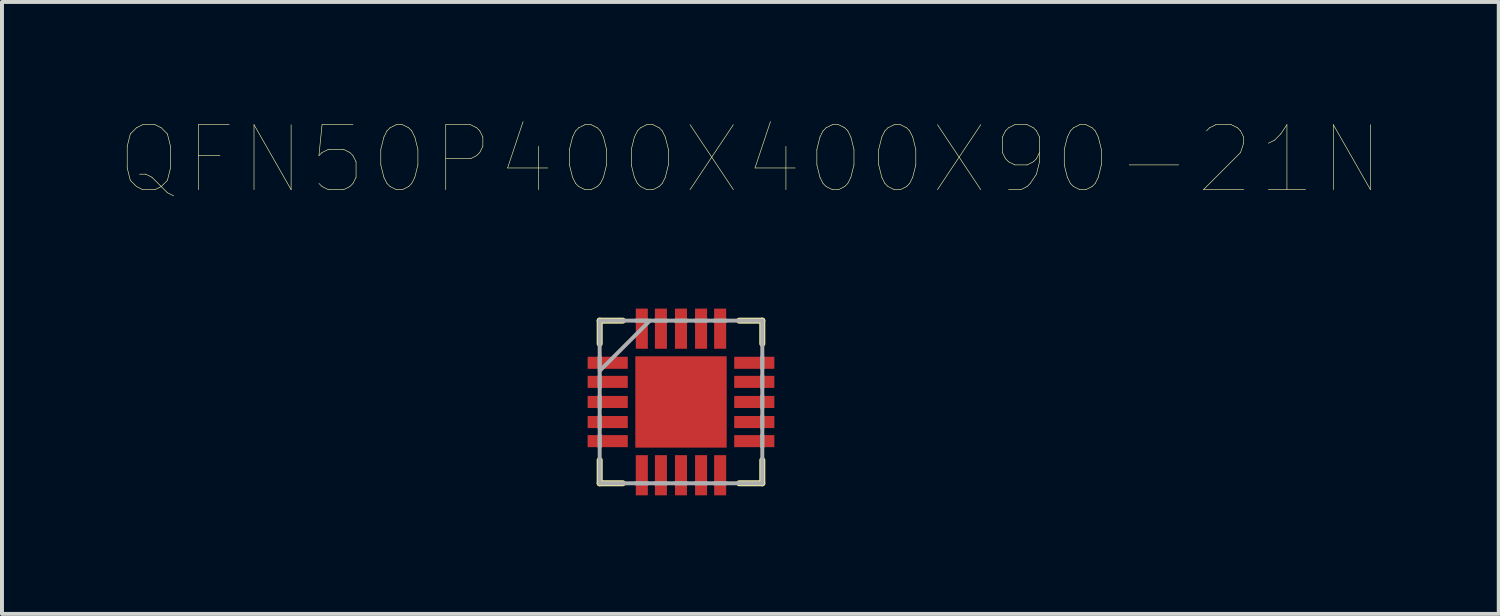
<source format=kicad_pcb>
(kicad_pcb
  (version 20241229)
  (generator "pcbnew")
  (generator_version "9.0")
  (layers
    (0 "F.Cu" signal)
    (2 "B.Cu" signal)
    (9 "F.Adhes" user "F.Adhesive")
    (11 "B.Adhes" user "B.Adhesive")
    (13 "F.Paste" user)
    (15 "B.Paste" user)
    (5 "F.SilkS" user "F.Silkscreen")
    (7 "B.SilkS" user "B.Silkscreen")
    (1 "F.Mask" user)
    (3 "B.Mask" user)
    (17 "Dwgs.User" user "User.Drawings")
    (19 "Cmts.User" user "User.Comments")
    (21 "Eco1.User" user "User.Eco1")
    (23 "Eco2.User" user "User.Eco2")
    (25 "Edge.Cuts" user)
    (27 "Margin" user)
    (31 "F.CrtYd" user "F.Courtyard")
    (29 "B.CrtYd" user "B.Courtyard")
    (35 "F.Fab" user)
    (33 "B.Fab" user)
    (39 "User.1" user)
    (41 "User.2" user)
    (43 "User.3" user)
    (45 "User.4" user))
  (footprint "QFN50P400X400X90-21N"
    (layer "F.Cu")
    (at 14.178 7.119)
    (property "Reference" "QFN50P400X400X90-21N" (at 1.755 -6.131 0) (layer "F.SilkS") (effects (font (size 1.643 1.643) (thickness 0.015))))
    (attr through_hole)
    (fp_line (start -2.057 -2.057) (end -2.057 -1.473) (stroke (width 0.152) (type solid)) (layer "F.SilkS"))
    (fp_line (start -2.057 1.473) (end -2.057 2.057) (stroke (width 0.152) (type solid)) (layer "F.SilkS"))
    (fp_line (start -2.057 2.057) (end -1.473 2.057) (stroke (width 0.152) (type solid)) (layer "F.SilkS"))
    (fp_line (start -1.473 -2.057) (end -2.057 -2.057) (stroke (width 0.152) (type solid)) (layer "F.SilkS"))
    (fp_line (start 1.473 2.057) (end 2.057 2.057) (stroke (width 0.152) (type solid)) (layer "F.SilkS"))
    (fp_line (start 2.057 -2.057) (end 1.473 -2.057) (stroke (width 0.152) (type solid)) (layer "F.SilkS"))
    (fp_line (start 2.057 -1.473) (end 2.057 -2.057) (stroke (width 0.152) (type solid)) (layer "F.SilkS"))
    (fp_line (start 2.057 2.057) (end 2.057 1.473) (stroke (width 0.152) (type solid)) (layer "F.SilkS"))
    (fp_line (start -2.057 -2.057) (end -2.057 2.057) (stroke (width 0.1) (type solid)) (layer "F.Fab"))
    (fp_line (start -2.057 -1.143) (end -2.057 -0.838) (stroke (width 0.1) (type solid)) (layer "F.Fab"))
    (fp_line (start -2.057 -0.787) (end -0.787 -2.057) (stroke (width 0.1) (type solid)) (layer "F.Fab"))
    (fp_line (start -2.057 -0.66) (end -2.057 -0.356) (stroke (width 0.1) (type solid)) (layer "F.Fab"))
    (fp_line (start -2.057 -0.152) (end -2.057 0.152) (stroke (width 0.1) (type solid)) (layer "F.Fab"))
    (fp_line (start -2.057 0.356) (end -2.057 0.66) (stroke (width 0.1) (type solid)) (layer "F.Fab"))
    (fp_line (start -2.057 0.838) (end -2.057 1.143) (stroke (width 0.1) (type solid)) (layer "F.Fab"))
    (fp_line (start -2.057 2.057) (end 2.057 2.057) (stroke (width 0.1) (type solid)) (layer "F.Fab"))
    (fp_line (start -1.143 2.057) (end -0.838 2.057) (stroke (width 0.1) (type solid)) (layer "F.Fab"))
    (fp_line (start -0.838 -2.057) (end -1.143 -2.057) (stroke (width 0.1) (type solid)) (layer "F.Fab"))
    (fp_line (start -0.66 2.057) (end -0.356 2.057) (stroke (width 0.1) (type solid)) (layer "F.Fab"))
    (fp_line (start -0.356 -2.057) (end -0.66 -2.057) (stroke (width 0.1) (type solid)) (layer "F.Fab"))
    (fp_line (start -0.152 2.057) (end 0.152 2.057) (stroke (width 0.1) (type solid)) (layer "F.Fab"))
    (fp_line (start 0.152 -2.057) (end -0.152 -2.057) (stroke (width 0.1) (type solid)) (layer "F.Fab"))
    (fp_line (start 0.356 2.057) (end 0.66 2.057) (stroke (width 0.1) (type solid)) (layer "F.Fab"))
    (fp_line (start 0.66 -2.057) (end 0.356 -2.057) (stroke (width 0.1) (type solid)) (layer "F.Fab"))
    (fp_line (start 0.838 2.057) (end 1.143 2.057) (stroke (width 0.1) (type solid)) (layer "F.Fab"))
    (fp_line (start 1.143 -2.057) (end 0.838 -2.057) (stroke (width 0.1) (type solid)) (layer "F.Fab"))
    (fp_line (start 2.057 -2.057) (end -2.057 -2.057) (stroke (width 0.1) (type solid)) (layer "F.Fab"))
    (fp_line (start 2.057 -0.838) (end 2.057 -1.143) (stroke (width 0.1) (type solid)) (layer "F.Fab"))
    (fp_line (start 2.057 -0.356) (end 2.057 -0.66) (stroke (width 0.1) (type solid)) (layer "F.Fab"))
    (fp_line (start 2.057 0.152) (end 2.057 -0.152) (stroke (width 0.1) (type solid)) (layer "F.Fab"))
    (fp_line (start 2.057 0.66) (end 2.057 0.356) (stroke (width 0.1) (type solid)) (layer "F.Fab"))
    (fp_line (start 2.057 1.143) (end 2.057 0.838) (stroke (width 0.1) (type solid)) (layer "F.Fab"))
    (fp_line (start 2.057 2.057) (end 2.057 -2.057) (stroke (width 0.1) (type solid)) (layer "F.Fab"))
    (pad "1" smd rect (at -1.854 -0.991) (size 1.016 0.305) (layers "F.Cu" "F.Mask" "F.Paste"))
    (pad "2" smd rect (at -1.854 -0.508) (size 1.016 0.305) (layers "F.Cu" "F.Mask" "F.Paste"))
    (pad "3" smd rect (at -1.854 0) (size 1.016 0.305) (layers "F.Cu" "F.Mask" "F.Paste"))
    (pad "4" smd rect (at -1.854 0.508) (size 1.016 0.305) (layers "F.Cu" "F.Mask" "F.Paste"))
    (pad "5" smd rect (at -1.854 0.991) (size 1.016 0.305) (layers "F.Cu" "F.Mask" "F.Paste"))
    (pad "6" smd rect (at -0.991 1.854) (size 0.305 1.016) (layers "F.Cu" "F.Mask" "F.Paste"))
    (pad "7" smd rect (at -0.508 1.854) (size 0.305 1.016) (layers "F.Cu" "F.Mask" "F.Paste"))
    (pad "8" smd rect (at 0 1.854) (size 0.305 1.016) (layers "F.Cu" "F.Mask" "F.Paste"))
    (pad "9" smd rect (at 0.508 1.854) (size 0.305 1.016) (layers "F.Cu" "F.Mask" "F.Paste"))
    (pad "10" smd rect (at 0.991 1.854) (size 0.305 1.016) (layers "F.Cu" "F.Mask" "F.Paste"))
    (pad "11" smd rect (at 1.854 0.991) (size 1.016 0.305) (layers "F.Cu" "F.Mask" "F.Paste"))
    (pad "12" smd rect (at 1.854 0.508) (size 1.016 0.305) (layers "F.Cu" "F.Mask" "F.Paste"))
    (pad "13" smd rect (at 1.854 0) (size 1.016 0.305) (layers "F.Cu" "F.Mask" "F.Paste"))
    (pad "14" smd rect (at 1.854 -0.508) (size 1.016 0.305) (layers "F.Cu" "F.Mask" "F.Paste"))
    (pad "15" smd rect (at 1.854 -0.991) (size 1.016 0.305) (layers "F.Cu" "F.Mask" "F.Paste"))
    (pad "16" smd rect (at 0.991 -1.854) (size 0.305 1.016) (layers "F.Cu" "F.Mask" "F.Paste"))
    (pad "17" smd rect (at 0.508 -1.854) (size 0.305 1.016) (layers "F.Cu" "F.Mask" "F.Paste"))
    (pad "18" smd rect (at 0 -1.854) (size 0.305 1.016) (layers "F.Cu" "F.Mask" "F.Paste"))
    (pad "19" smd rect (at -0.508 -1.854) (size 0.305 1.016) (layers "F.Cu" "F.Mask" "F.Paste"))
    (pad "20" smd rect (at -0.991 -1.854) (size 0.305 1.016) (layers "F.Cu" "F.Mask" "F.Paste"))
    (pad "21" smd rect (at 0 0) (size 2.311 2.311) (layers "F.Cu" "F.Mask" "F.Paste")))
  (gr_rect
    (start -3 -3)
    (end 34.866 12.481)
    (stroke (width 0.1) (type default))
    (fill no)
    (layer "Edge.Cuts")))
</source>
